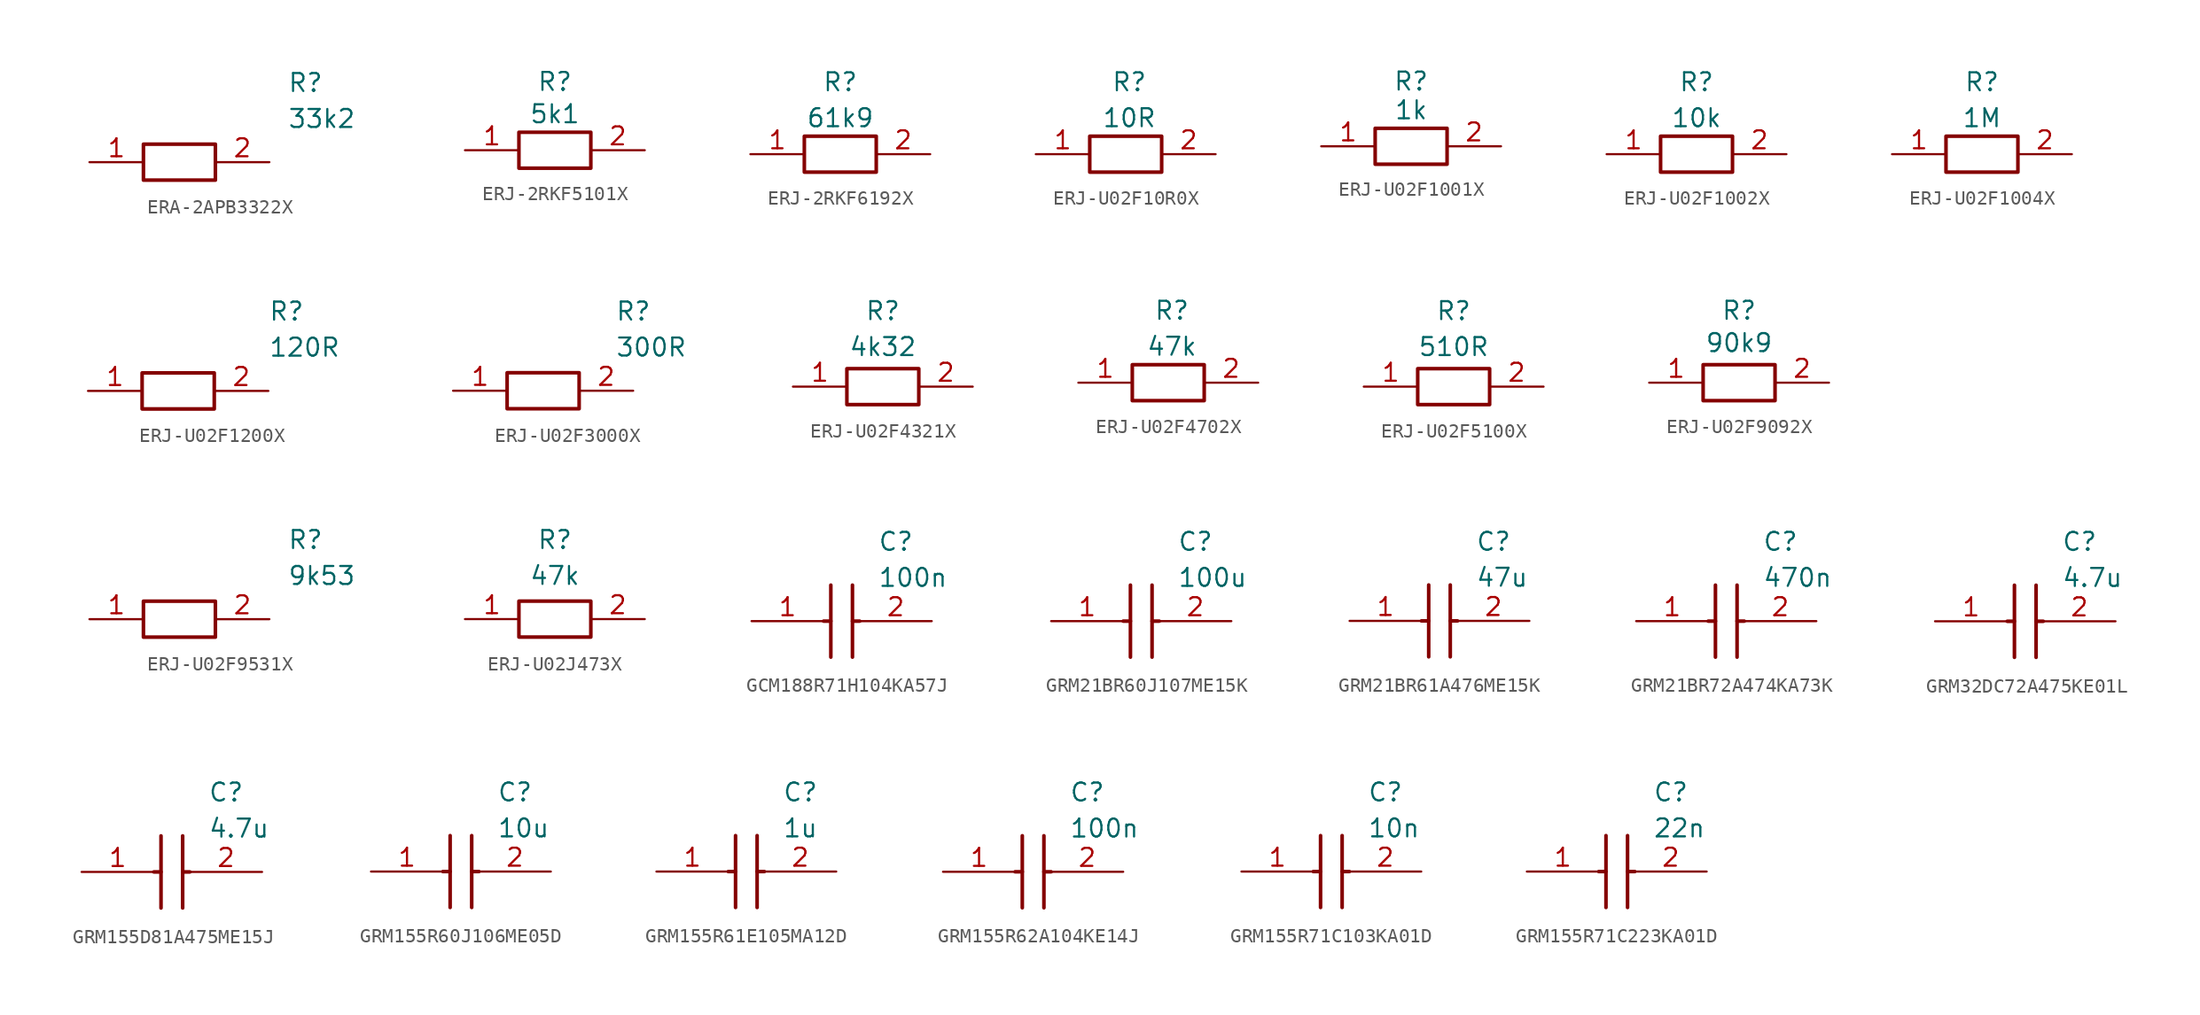
<source format=kicad_sym>
(kicad_symbol_lib
  (version 20231120)
  (generator "kicad_symbol_editor")
  (generator_version "8.0")
  (symbol "ERA-2APB3322X"
    (pin_names hide)
    (property "Reference" "R"
      (at 13.97 6.35 0)
      (effects (font (size 1.27 1.27)) (justify left top)))
    (property "Value" "33k2"
      (at 13.97 3.81 0)
      (effects (font (size 1.27 1.27)) (justify left top)))
    (symbol "ERA-2APB3322X_1_1"
      (rectangle (start 3.81 1.27) (end 8.89 -1.27) (stroke (width 0.254) (type default)) (fill (type none)))
      (pin passive line (at 0 0 0) (length 3.81) (name "1" (effects (font (size 1.27 1.27)))) (number "1" (effects (font (size 1.27 1.27)))))
      (pin passive line (at 12.7 0 180) (length 3.81) (name "2" (effects (font (size 1.27 1.27)))) (number "2" (effects (font (size 1.27 1.27)))))))
  (symbol "ERJ-2RKF5101X"
    (pin_names hide)
    (property "Reference" "R"
      (at 6.35 5.588 0)
      (effects (font (size 1.27 1.27)) (justify top)))
    (property "Value" "5k1"
      (at 6.35 3.302 0)
      (effects (font (size 1.27 1.27)) (justify top)))
    (symbol "ERJ-2RKF5101X_1_1"
      (rectangle (start 3.81 1.27) (end 8.89 -1.27) (stroke (width 0.254) (type default)) (fill (type none)))
      (pin passive line (at 0 0 0) (length 3.81) (name "1" (effects (font (size 1.27 1.27)))) (number "1" (effects (font (size 1.27 1.27)))))
      (pin passive line (at 12.7 0 180) (length 3.81) (name "2" (effects (font (size 1.27 1.27)))) (number "2" (effects (font (size 1.27 1.27)))))))
  (symbol "ERJ-2RKF6192X"
    (pin_names hide)
    (property "Reference" "R"
      (at 6.35 5.842 0)
      (effects (font (size 1.27 1.27)) (justify top)))
    (property "Value" "61k9"
      (at 6.35 3.302 0)
      (effects (font (size 1.27 1.27)) (justify top)))
    (symbol "ERJ-2RKF6192X_1_1"
      (rectangle (start 3.81 1.27) (end 8.89 -1.27) (stroke (width 0.254) (type default)) (fill (type none)))
      (pin passive line (at 0 0 0) (length 3.81) (name "1" (effects (font (size 1.27 1.27)))) (number "1" (effects (font (size 1.27 1.27)))))
      (pin passive line (at 12.7 0 180) (length 3.81) (name "2" (effects (font (size 1.27 1.27)))) (number "2" (effects (font (size 1.27 1.27)))))))
  (symbol "ERJ-U02F10R0X"
    (pin_names hide)
    (property "Reference" "R"
      (at 6.604 5.842 0)
      (effects (font (size 1.27 1.27)) (justify top)))
    (property "Value" "10R"
      (at 6.604 3.302 0)
      (effects (font (size 1.27 1.27)) (justify top)))
    (symbol "ERJ-U02F10R0X_1_1"
      (rectangle (start 3.81 1.27) (end 8.89 -1.27) (stroke (width 0.254) (type default)) (fill (type none)))
      (pin passive line (at 0 0 0) (length 3.81) (name "1" (effects (font (size 1.27 1.27)))) (number "1" (effects (font (size 1.27 1.27)))))
      (pin passive line (at 12.7 0 180) (length 3.81) (name "2" (effects (font (size 1.27 1.27)))) (number "2" (effects (font (size 1.27 1.27)))))))
  (symbol "ERJ-U02F1001X"
    (pin_names hide)
    (property "Reference" "R"
      (at 6.35 5.334 0)
      (effects (font (size 1.27 1.27)) (justify top)))
    (property "Value" "1k"
      (at 6.35 3.302 0)
      (effects (font (size 1.27 1.27)) (justify top)))
    (symbol "ERJ-U02F1001X_1_1"
      (rectangle (start 3.81 1.27) (end 8.89 -1.27) (stroke (width 0.254) (type default)) (fill (type none)))
      (pin passive line (at 0 0 0) (length 3.81) (name "1" (effects (font (size 1.27 1.27)))) (number "1" (effects (font (size 1.27 1.27)))))
      (pin passive line (at 12.7 0 180) (length 3.81) (name "2" (effects (font (size 1.27 1.27)))) (number "2" (effects (font (size 1.27 1.27)))))))
  (symbol "ERJ-U02F1002X"
    (pin_names hide)
    (property "Reference" "R"
      (at 6.35 5.842 0)
      (effects (font (size 1.27 1.27)) (justify top)))
    (property "Value" "10k"
      (at 6.35 3.302 0)
      (effects (font (size 1.27 1.27)) (justify top)))
    (symbol "ERJ-U02F1002X_1_1"
      (rectangle (start 3.81 1.27) (end 8.89 -1.27) (stroke (width 0.254) (type default)) (fill (type none)))
      (pin passive line (at 0 0 0) (length 3.81) (name "1" (effects (font (size 1.27 1.27)))) (number "1" (effects (font (size 1.27 1.27)))))
      (pin passive line (at 12.7 0 180) (length 3.81) (name "2" (effects (font (size 1.27 1.27)))) (number "2" (effects (font (size 1.27 1.27)))))))
  (symbol "ERJ-U02F1004X"
    (pin_names hide)
    (property "Reference" "R"
      (at 6.35 5.842 0)
      (effects (font (size 1.27 1.27)) (justify top)))
    (property "Value" "1M"
      (at 6.35 3.302 0)
      (effects (font (size 1.27 1.27)) (justify top)))
    (symbol "ERJ-U02F1004X_1_1"
      (rectangle (start 3.81 1.27) (end 8.89 -1.27) (stroke (width 0.254) (type default)) (fill (type none)))
      (pin passive line (at 0 0 0) (length 3.81) (name "1" (effects (font (size 1.27 1.27)))) (number "1" (effects (font (size 1.27 1.27)))))
      (pin passive line (at 12.7 0 180) (length 3.81) (name "2" (effects (font (size 1.27 1.27)))) (number "2" (effects (font (size 1.27 1.27)))))))
  (symbol "ERJ-U02F1200X"
    (pin_names hide)
    (property "Reference" "R"
      (at 13.97 6.35 0)
      (effects (font (size 1.27 1.27)) (justify left top)))
    (property "Value" "120R"
      (at 13.97 3.81 0)
      (effects (font (size 1.27 1.27)) (justify left top)))
    (symbol "ERJ-U02F1200X_1_1"
      (rectangle (start 5.08 1.27) (end 10.16 -1.27) (stroke (width 0.254) (type default)) (fill (type none)))
      (pin passive line (at 1.27 0 0) (length 3.81) (name "1" (effects (font (size 1.27 1.27)))) (number "1" (effects (font (size 1.27 1.27)))))
      (pin passive line (at 13.97 0 180) (length 3.81) (name "2" (effects (font (size 1.27 1.27)))) (number "2" (effects (font (size 1.27 1.27)))))))
  (symbol "ERJ-U02F3000X"
    (pin_names hide)
    (property "Reference" "R"
      (at 13.97 6.35 0)
      (effects (font (size 1.27 1.27)) (justify left top)))
    (property "Value" "300R"
      (at 13.97 3.81 0)
      (effects (font (size 1.27 1.27)) (justify left top)))
    (symbol "ERJ-U02F3000X_1_1"
      (rectangle (start 6.35 1.27) (end 11.43 -1.27) (stroke (width 0.254) (type default)) (fill (type none)))
      (pin passive line (at 2.54 0 0) (length 3.81) (name "1" (effects (font (size 1.27 1.27)))) (number "1" (effects (font (size 1.27 1.27)))))
      (pin passive line (at 15.24 0 180) (length 3.81) (name "2" (effects (font (size 1.27 1.27)))) (number "2" (effects (font (size 1.27 1.27)))))))
  (symbol "ERJ-U02F4321X"
    (pin_names hide)
    (property "Reference" "R"
      (at 6.35 6.096 0)
      (effects (font (size 1.27 1.27)) (justify top)))
    (property "Value" "4k32"
      (at 6.35 3.556 0)
      (effects (font (size 1.27 1.27)) (justify top)))
    (symbol "ERJ-U02F4321X_1_1"
      (rectangle (start 3.81 1.27) (end 8.89 -1.27) (stroke (width 0.254) (type default)) (fill (type none)))
      (pin passive line (at 0 0 0) (length 3.81) (name "1" (effects (font (size 1.27 1.27)))) (number "1" (effects (font (size 1.27 1.27)))))
      (pin passive line (at 12.7 0 180) (length 3.81) (name "2" (effects (font (size 1.27 1.27)))) (number "2" (effects (font (size 1.27 1.27)))))))
  (symbol "ERJ-U02F4702X"
    (pin_names hide)
    (property "Reference" "R"
      (at 6.604 5.842 0)
      (effects (font (size 1.27 1.27)) (justify top)))
    (property "Value" "47k"
      (at 6.604 3.302 0)
      (effects (font (size 1.27 1.27)) (justify top)))
    (symbol "ERJ-U02F4702X_1_1"
      (rectangle (start 3.81 1.27) (end 8.89 -1.27) (stroke (width 0.254) (type default)) (fill (type none)))
      (pin passive line (at 0 0 0) (length 3.81) (name "1" (effects (font (size 1.27 1.27)))) (number "1" (effects (font (size 1.27 1.27)))))
      (pin passive line (at 12.7 0 180) (length 3.81) (name "2" (effects (font (size 1.27 1.27)))) (number "2" (effects (font (size 1.27 1.27)))))))
  (symbol "ERJ-U02F5100X"
    (pin_names hide)
    (property "Reference" "R"
      (at 7.62 6.096 0)
      (effects (font (size 1.27 1.27)) (justify top)))
    (property "Value" "510R"
      (at 7.62 3.556 0)
      (effects (font (size 1.27 1.27)) (justify top)))
    (symbol "ERJ-U02F5100X_1_1"
      (rectangle (start 5.08 1.27) (end 10.16 -1.27) (stroke (width 0.254) (type default)) (fill (type none)))
      (pin passive line (at 1.27 0 0) (length 3.81) (name "1" (effects (font (size 1.27 1.27)))) (number "1" (effects (font (size 1.27 1.27)))))
      (pin passive line (at 13.97 0 180) (length 3.81) (name "2" (effects (font (size 1.27 1.27)))) (number "2" (effects (font (size 1.27 1.27)))))))
  (symbol "ERJ-U02F9092X"
    (pin_names hide)
    (property "Reference" "R"
      (at 6.35 5.842 0)
      (effects (font (size 1.27 1.27)) (justify top)))
    (property "Value" "90k9"
      (at 6.35 3.556 0)
      (effects (font (size 1.27 1.27)) (justify top)))
    (symbol "ERJ-U02F9092X_1_1"
      (rectangle (start 3.81 1.27) (end 8.89 -1.27) (stroke (width 0.254) (type default)) (fill (type none)))
      (pin passive line (at 0 0 0) (length 3.81) (name "1" (effects (font (size 1.27 1.27)))) (number "1" (effects (font (size 1.27 1.27)))))
      (pin passive line (at 12.7 0 180) (length 3.81) (name "2" (effects (font (size 1.27 1.27)))) (number "2" (effects (font (size 1.27 1.27)))))))
  (symbol "ERJ-U02F9531X"
    (pin_names hide)
    (property "Reference" "R"
      (at 13.97 6.35 0)
      (effects (font (size 1.27 1.27)) (justify left top)))
    (property "Value" "9k53"
      (at 13.97 3.81 0)
      (effects (font (size 1.27 1.27)) (justify left top)))
    (symbol "ERJ-U02F9531X_1_1"
      (rectangle (start 3.81 1.27) (end 8.89 -1.27) (stroke (width 0.254) (type default)) (fill (type none)))
      (pin passive line (at 0 0 0) (length 3.81) (name "1" (effects (font (size 1.27 1.27)))) (number "1" (effects (font (size 1.27 1.27)))))
      (pin passive line (at 12.7 0 180) (length 3.81) (name "2" (effects (font (size 1.27 1.27)))) (number "2" (effects (font (size 1.27 1.27)))))))
  (symbol "ERJ-U02J473X"
    (pin_names hide)
    (property "Reference" "R"
      (at 6.35 6.35 0)
      (effects (font (size 1.27 1.27)) (justify top)))
    (property "Value" "47k"
      (at 6.35 3.81 0)
      (effects (font (size 1.27 1.27)) (justify top)))
    (symbol "ERJ-U02J473X_1_1"
      (rectangle (start 3.81 1.27) (end 8.89 -1.27) (stroke (width 0.254) (type default)) (fill (type none)))
      (pin passive line (at 0 0 0) (length 3.81) (name "1" (effects (font (size 1.27 1.27)))) (number "1" (effects (font (size 1.27 1.27)))))
      (pin passive line (at 12.7 0 180) (length 3.81) (name "2" (effects (font (size 1.27 1.27)))) (number "2" (effects (font (size 1.27 1.27)))))))
  (symbol "GCM188R71H104KA57J"
    (pin_names hide)
    (property "Reference" "C"
      (at 8.89 6.35 0)
      (effects (font (size 1.27 1.27)) (justify left top)))
    (property "Value" "100n"
      (at 8.89 3.81 0)
      (effects (font (size 1.27 1.27)) (justify left top)))
    (symbol "GCM188R71H104KA57J_1_1"
      (polyline (pts (xy 5.08 0) (xy 5.588 0)) (stroke (width 0.254) (type default)) (fill (type none)))
      (polyline (pts (xy 5.588 2.54) (xy 5.588 -2.54)) (stroke (width 0.254) (type default)) (fill (type none)))
      (polyline (pts (xy 7.112 0) (xy 7.62 0)) (stroke (width 0.254) (type default)) (fill (type none)))
      (polyline (pts (xy 7.112 2.54) (xy 7.112 -2.54)) (stroke (width 0.254) (type default)) (fill (type none)))
      (pin passive line (at 0 0 0) (length 5.08) (name "1" (effects (font (size 1.27 1.27)))) (number "1" (effects (font (size 1.27 1.27)))))
      (pin passive line (at 12.7 0 180) (length 5.08) (name "2" (effects (font (size 1.27 1.27)))) (number "2" (effects (font (size 1.27 1.27)))))))
  (symbol "GRM21BR60J107ME15K"
    (pin_names hide)
    (property "Reference" "C"
      (at 8.89 6.35 0)
      (effects (font (size 1.27 1.27)) (justify left top)))
    (property "Value" "100u"
      (at 8.89 3.81 0)
      (effects (font (size 1.27 1.27)) (justify left top)))
    (symbol "GRM21BR60J107ME15K_1_1"
      (polyline (pts (xy 5.08 0) (xy 5.588 0)) (stroke (width 0.254) (type default)) (fill (type none)))
      (polyline (pts (xy 5.588 2.54) (xy 5.588 -2.54)) (stroke (width 0.254) (type default)) (fill (type none)))
      (polyline (pts (xy 7.112 0) (xy 7.62 0)) (stroke (width 0.254) (type default)) (fill (type none)))
      (polyline (pts (xy 7.112 2.54) (xy 7.112 -2.54)) (stroke (width 0.254) (type default)) (fill (type none)))
      (pin passive line (at 0 0 0) (length 5.08) (name "1" (effects (font (size 1.27 1.27)))) (number "1" (effects (font (size 1.27 1.27)))))
      (pin passive line (at 12.7 0 180) (length 5.08) (name "2" (effects (font (size 1.27 1.27)))) (number "2" (effects (font (size 1.27 1.27)))))))
  (symbol "GRM21BR61A476ME15K"
    (pin_names hide)
    (property "Reference" "C"
      (at 8.89 6.35 0)
      (effects (font (size 1.27 1.27)) (justify left top)))
    (property "Value" "47u"
      (at 8.89 3.81 0)
      (effects (font (size 1.27 1.27)) (justify left top)))
    (symbol "GRM21BR61A476ME15K_1_1"
      (polyline (pts (xy 5.08 0) (xy 5.588 0)) (stroke (width 0.254) (type default)) (fill (type none)))
      (polyline (pts (xy 5.588 2.54) (xy 5.588 -2.54)) (stroke (width 0.254) (type default)) (fill (type none)))
      (polyline (pts (xy 7.112 0) (xy 7.62 0)) (stroke (width 0.254) (type default)) (fill (type none)))
      (polyline (pts (xy 7.112 2.54) (xy 7.112 -2.54)) (stroke (width 0.254) (type default)) (fill (type none)))
      (pin passive line (at 0 0 0) (length 5.08) (name "1" (effects (font (size 1.27 1.27)))) (number "1" (effects (font (size 1.27 1.27)))))
      (pin passive line (at 12.7 0 180) (length 5.08) (name "2" (effects (font (size 1.27 1.27)))) (number "2" (effects (font (size 1.27 1.27)))))))
  (symbol "GRM21BR72A474KA73K"
    (pin_names hide)
    (property "Reference" "C"
      (at 8.89 6.35 0)
      (effects (font (size 1.27 1.27)) (justify left top)))
    (property "Value" "470n"
      (at 8.89 3.81 0)
      (effects (font (size 1.27 1.27)) (justify left top)))
    (symbol "GRM21BR72A474KA73K_1_1"
      (polyline (pts (xy 5.08 0) (xy 5.588 0)) (stroke (width 0.254) (type default)) (fill (type none)))
      (polyline (pts (xy 5.588 2.54) (xy 5.588 -2.54)) (stroke (width 0.254) (type default)) (fill (type none)))
      (polyline (pts (xy 7.112 0) (xy 7.62 0)) (stroke (width 0.254) (type default)) (fill (type none)))
      (polyline (pts (xy 7.112 2.54) (xy 7.112 -2.54)) (stroke (width 0.254) (type default)) (fill (type none)))
      (pin passive line (at 0 0 0) (length 5.08) (name "1" (effects (font (size 1.27 1.27)))) (number "1" (effects (font (size 1.27 1.27)))))
      (pin passive line (at 12.7 0 180) (length 5.08) (name "2" (effects (font (size 1.27 1.27)))) (number "2" (effects (font (size 1.27 1.27)))))))
  (symbol "GRM32DC72A475KE01L"
    (pin_names hide)
    (property "Reference" "C"
      (at 8.89 6.35 0)
      (effects (font (size 1.27 1.27)) (justify left top)))
    (property "Value" "4.7u"
      (at 8.89 3.81 0)
      (effects (font (size 1.27 1.27)) (justify left top)))
    (symbol "GRM32DC72A475KE01L_1_1"
      (polyline (pts (xy 5.08 0) (xy 5.588 0)) (stroke (width 0.254) (type default)) (fill (type none)))
      (polyline (pts (xy 5.588 2.54) (xy 5.588 -2.54)) (stroke (width 0.254) (type default)) (fill (type none)))
      (polyline (pts (xy 7.112 0) (xy 7.62 0)) (stroke (width 0.254) (type default)) (fill (type none)))
      (polyline (pts (xy 7.112 2.54) (xy 7.112 -2.54)) (stroke (width 0.254) (type default)) (fill (type none)))
      (pin passive line (at 0 0 0) (length 5.08) (name "1" (effects (font (size 1.27 1.27)))) (number "1" (effects (font (size 1.27 1.27)))))
      (pin passive line (at 12.7 0 180) (length 5.08) (name "2" (effects (font (size 1.27 1.27)))) (number "2" (effects (font (size 1.27 1.27)))))))
  (symbol "GRM155D81A475ME15J"
    (pin_names hide)
    (property "Reference" "C"
      (at 8.89 6.35 0)
      (effects (font (size 1.27 1.27)) (justify left top)))
    (property "Value" "4.7u"
      (at 8.89 3.81 0)
      (effects (font (size 1.27 1.27)) (justify left top)))
    (symbol "GRM155D81A475ME15J_1_1"
      (polyline (pts (xy 5.08 0) (xy 5.588 0)) (stroke (width 0.254) (type default)) (fill (type none)))
      (polyline (pts (xy 5.588 2.54) (xy 5.588 -2.54)) (stroke (width 0.254) (type default)) (fill (type none)))
      (polyline (pts (xy 7.112 0) (xy 7.62 0)) (stroke (width 0.254) (type default)) (fill (type none)))
      (polyline (pts (xy 7.112 2.54) (xy 7.112 -2.54)) (stroke (width 0.254) (type default)) (fill (type none)))
      (pin passive line (at 0 0 0) (length 5.08) (name "1" (effects (font (size 1.27 1.27)))) (number "1" (effects (font (size 1.27 1.27)))))
      (pin passive line (at 12.7 0 180) (length 5.08) (name "2" (effects (font (size 1.27 1.27)))) (number "2" (effects (font (size 1.27 1.27)))))))
  (symbol "GRM155R60J106ME05D"
    (pin_names hide)
    (property "Reference" "C"
      (at 8.89 6.35 0)
      (effects (font (size 1.27 1.27)) (justify left top)))
    (property "Value" "10u"
      (at 8.89 3.81 0)
      (effects (font (size 1.27 1.27)) (justify left top)))
    (symbol "GRM155R60J106ME05D_1_1"
      (polyline (pts (xy 5.08 0) (xy 5.588 0)) (stroke (width 0.254) (type default)) (fill (type none)))
      (polyline (pts (xy 5.588 2.54) (xy 5.588 -2.54)) (stroke (width 0.254) (type default)) (fill (type none)))
      (polyline (pts (xy 7.112 0) (xy 7.62 0)) (stroke (width 0.254) (type default)) (fill (type none)))
      (polyline (pts (xy 7.112 2.54) (xy 7.112 -2.54)) (stroke (width 0.254) (type default)) (fill (type none)))
      (pin passive line (at 0 0 0) (length 5.08) (name "1" (effects (font (size 1.27 1.27)))) (number "1" (effects (font (size 1.27 1.27)))))
      (pin passive line (at 12.7 0 180) (length 5.08) (name "2" (effects (font (size 1.27 1.27)))) (number "2" (effects (font (size 1.27 1.27)))))))
  (symbol "GRM155R61E105MA12D"
    (pin_names hide)
    (property "Reference" "C"
      (at 8.89 6.35 0)
      (effects (font (size 1.27 1.27)) (justify left top)))
    (property "Value" "1u"
      (at 8.89 3.81 0)
      (effects (font (size 1.27 1.27)) (justify left top)))
    (symbol "GRM155R61E105MA12D_1_1"
      (polyline (pts (xy 5.08 0) (xy 5.588 0)) (stroke (width 0.254) (type default)) (fill (type none)))
      (polyline (pts (xy 5.588 2.54) (xy 5.588 -2.54)) (stroke (width 0.254) (type default)) (fill (type none)))
      (polyline (pts (xy 7.112 0) (xy 7.62 0)) (stroke (width 0.254) (type default)) (fill (type none)))
      (polyline (pts (xy 7.112 2.54) (xy 7.112 -2.54)) (stroke (width 0.254) (type default)) (fill (type none)))
      (pin passive line (at 0 0 0) (length 5.08) (name "1" (effects (font (size 1.27 1.27)))) (number "1" (effects (font (size 1.27 1.27)))))
      (pin passive line (at 12.7 0 180) (length 5.08) (name "2" (effects (font (size 1.27 1.27)))) (number "2" (effects (font (size 1.27 1.27)))))))
  (symbol "GRM155R62A104KE14J"
    (pin_names hide)
    (property "Reference" "C"
      (at 8.89 6.35 0)
      (effects (font (size 1.27 1.27)) (justify left top)))
    (property "Value" "100n"
      (at 8.89 3.81 0)
      (effects (font (size 1.27 1.27)) (justify left top)))
    (symbol "GRM155R62A104KE14J_1_1"
      (polyline (pts (xy 5.08 0) (xy 5.588 0)) (stroke (width 0.254) (type default)) (fill (type none)))
      (polyline (pts (xy 5.588 2.54) (xy 5.588 -2.54)) (stroke (width 0.254) (type default)) (fill (type none)))
      (polyline (pts (xy 7.112 0) (xy 7.62 0)) (stroke (width 0.254) (type default)) (fill (type none)))
      (polyline (pts (xy 7.112 2.54) (xy 7.112 -2.54)) (stroke (width 0.254) (type default)) (fill (type none)))
      (pin passive line (at 0 0 0) (length 5.08) (name "1" (effects (font (size 1.27 1.27)))) (number "1" (effects (font (size 1.27 1.27)))))
      (pin passive line (at 12.7 0 180) (length 5.08) (name "2" (effects (font (size 1.27 1.27)))) (number "2" (effects (font (size 1.27 1.27)))))))
  (symbol "GRM155R71C103KA01D"
    (pin_names hide)
    (property "Reference" "C"
      (at 8.89 6.35 0)
      (effects (font (size 1.27 1.27)) (justify left top)))
    (property "Value" "10n"
      (at 8.89 3.81 0)
      (effects (font (size 1.27 1.27)) (justify left top)))
    (symbol "GRM155R71C103KA01D_1_1"
      (polyline (pts (xy 5.08 0) (xy 5.588 0)) (stroke (width 0.254) (type default)) (fill (type none)))
      (polyline (pts (xy 5.588 2.54) (xy 5.588 -2.54)) (stroke (width 0.254) (type default)) (fill (type none)))
      (polyline (pts (xy 7.112 0) (xy 7.62 0)) (stroke (width 0.254) (type default)) (fill (type none)))
      (polyline (pts (xy 7.112 2.54) (xy 7.112 -2.54)) (stroke (width 0.254) (type default)) (fill (type none)))
      (pin passive line (at 0 0 0) (length 5.08) (name "1" (effects (font (size 1.27 1.27)))) (number "1" (effects (font (size 1.27 1.27)))))
      (pin passive line (at 12.7 0 180) (length 5.08) (name "2" (effects (font (size 1.27 1.27)))) (number "2" (effects (font (size 1.27 1.27)))))))
  (symbol "GRM155R71C223KA01D"
    (pin_names hide)
    (property "Reference" "C"
      (at 8.89 6.35 0)
      (effects (font (size 1.27 1.27)) (justify left top)))
    (property "Value" "22n"
      (at 8.89 3.81 0)
      (effects (font (size 1.27 1.27)) (justify left top)))
    (symbol "GRM155R71C223KA01D_1_1"
      (polyline (pts (xy 5.08 0) (xy 5.588 0)) (stroke (width 0.254) (type default)) (fill (type none)))
      (polyline (pts (xy 5.588 2.54) (xy 5.588 -2.54)) (stroke (width 0.254) (type default)) (fill (type none)))
      (polyline (pts (xy 7.112 0) (xy 7.62 0)) (stroke (width 0.254) (type default)) (fill (type none)))
      (polyline (pts (xy 7.112 2.54) (xy 7.112 -2.54)) (stroke (width 0.254) (type default)) (fill (type none)))
      (pin passive line (at 0 0 0) (length 5.08) (name "1" (effects (font (size 1.27 1.27)))) (number "1" (effects (font (size 1.27 1.27)))))
      (pin passive line (at 12.7 0 180) (length 5.08) (name "2" (effects (font (size 1.27 1.27)))) (number "2" (effects (font (size 1.27 1.27))))))))
</source>
